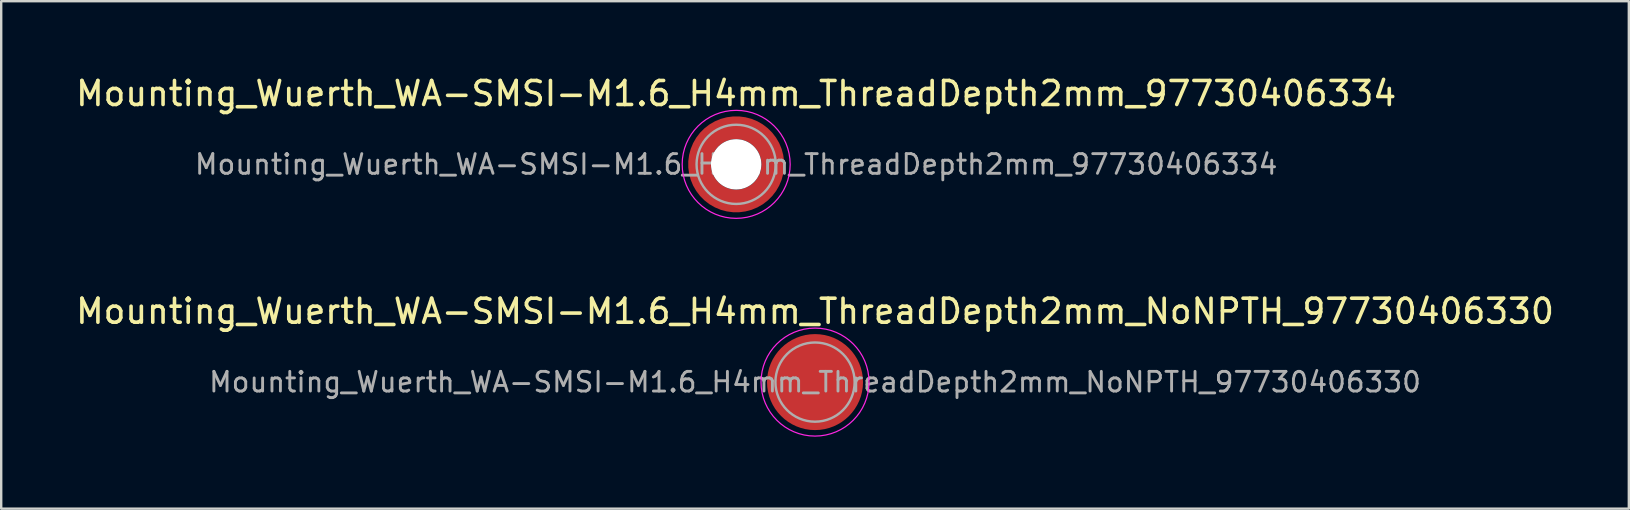
<source format=kicad_pcb>
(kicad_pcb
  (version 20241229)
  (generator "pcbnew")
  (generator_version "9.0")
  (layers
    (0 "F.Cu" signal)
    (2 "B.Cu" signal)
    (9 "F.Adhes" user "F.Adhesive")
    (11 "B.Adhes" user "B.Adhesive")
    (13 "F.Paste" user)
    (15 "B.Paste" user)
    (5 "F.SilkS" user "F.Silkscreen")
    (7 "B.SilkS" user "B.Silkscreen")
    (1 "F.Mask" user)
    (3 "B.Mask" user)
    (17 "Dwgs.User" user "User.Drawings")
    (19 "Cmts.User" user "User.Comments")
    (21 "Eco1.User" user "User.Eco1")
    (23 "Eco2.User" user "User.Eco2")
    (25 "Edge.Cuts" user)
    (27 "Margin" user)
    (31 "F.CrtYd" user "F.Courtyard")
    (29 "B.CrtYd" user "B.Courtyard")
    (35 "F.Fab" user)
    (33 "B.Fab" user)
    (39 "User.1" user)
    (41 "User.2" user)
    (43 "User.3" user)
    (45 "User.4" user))
  (footprint "Mounting_Wuerth_WA-SMSI-M1.6_H4mm_ThreadDepth2mm_97730406334"
    (layer "F.Cu")
    (at 27.625 3.798)
    (property "Reference" "Mounting_Wuerth_WA-SMSI-M1.6_H4mm_ThreadDepth2mm_97730406334" (at 0 -2.95 0) (layer "F.SilkS") (effects (font (size 1 1) (thickness 0.15))))
    (attr smd allow_soldermask_bridges)
    (fp_circle (center 0 0) (end 2.25 0) (stroke (width 0.05) (type solid)) (fill no) (layer "F.CrtYd"))
    (fp_circle (center 0 0) (end 1.65 0) (stroke (width 0.1) (type solid)) (fill no) (layer "F.Fab"))
    (fp_text user "${REFERENCE}" (at 0 0 0) (layer "F.Fab") (effects (font (size 0.82 0.82) (thickness 0.12))))
    (pad "" smd custom (at -1.061 -1.061) (size 0.4 0.4) (layers "F.Paste") (options (anchor circle)) (primitives (gr_arc (start -0.101235 0.76066) (mid 0.212132 0.212132) (end 0.76066 -0.101235) (width 0.2)) (gr_arc (start -0.204251 0.76066) (mid 0.141421 0.141421) (end 0.76066 -0.204251) (width 0.2)) (gr_arc (start -0.306819 0.76066) (mid 0.070711 0.070711) (end 0.76066 -0.306819) (width 0.2)) (gr_arc (start -0.409034 0.76066) (mid 0 0) (end 0.76066 -0.409034) (width 0.2)) (gr_arc (start -0.510963 0.76066) (mid -0.070711 -0.070711) (end 0.76066 -0.510963) (width 0.2)) (gr_arc (start -0.61266 0.76066) (mid -0.141421 -0.141421) (end 0.76066 -0.61266) (width 0.2)) (gr_arc (start -0.714164 0.76066) (mid -0.212132 -0.212132) (end 0.76066 -0.714164) (width 0.2)) (gr_line (start 0.761 -0.101) (end 0.761 -0.714) (width 0.2)) (gr_line (start -0.101 0.761) (end -0.714 0.761) (width 0.2))))
    (pad "" smd custom (at -1.061 1.061) (size 0.4 0.4) (layers "F.Paste") (options (anchor circle)) (primitives (gr_arc (start 0.76066 0.101235) (mid 0.212132 -0.212132) (end -0.101235 -0.76066) (width 0.2)) (gr_arc (start 0.76066 0.204251) (mid 0.141421 -0.141421) (end -0.204251 -0.76066) (width 0.2)) (gr_arc (start 0.76066 0.306819) (mid 0.070711 -0.070711) (end -0.306819 -0.76066) (width 0.2)) (gr_arc (start 0.76066 0.409034) (mid 0 0) (end -0.409034 -0.76066) (width 0.2)) (gr_arc (start 0.76066 0.510963) (mid -0.070711 0.070711) (end -0.510963 -0.76066) (width 0.2)) (gr_arc (start 0.76066 0.61266) (mid -0.141421 0.141421) (end -0.61266 -0.76066) (width 0.2)) (gr_arc (start 0.76066 0.714164) (mid -0.212132 0.212132) (end -0.714164 -0.76066) (width 0.2)) (gr_line (start -0.101 -0.761) (end -0.714 -0.761) (width 0.2)) (gr_line (start 0.761 0.101) (end 0.761 0.714) (width 0.2))))
    (pad "" np_thru_hole circle (at 0 0) (size 2.1 2.1) (drill 2.1) (layers "*.Cu" "*.Mask"))
    (pad "" smd custom (at 1.061 -1.061) (size 0.4 0.4) (layers "F.Paste") (options (anchor circle)) (primitives (gr_arc (start -0.76066 -0.101235) (mid -0.212132 0.212132) (end 0.101235 0.76066) (width 0.2)) (gr_arc (start -0.76066 -0.204251) (mid -0.141421 0.141421) (end 0.204251 0.76066) (width 0.2)) (gr_arc (start -0.76066 -0.306819) (mid -0.070711 0.070711) (end 0.306819 0.76066) (width 0.2)) (gr_arc (start -0.76066 -0.409034) (mid 0 0) (end 0.409034 0.76066) (width 0.2)) (gr_arc (start -0.76066 -0.510963) (mid 0.070711 -0.070711) (end 0.510963 0.76066) (width 0.2)) (gr_arc (start -0.76066 -0.61266) (mid 0.141421 -0.141421) (end 0.61266 0.76066) (width 0.2)) (gr_arc (start -0.76066 -0.714164) (mid 0.212132 -0.212132) (end 0.714164 0.76066) (width 0.2)) (gr_line (start 0.101 0.761) (end 0.714 0.761) (width 0.2)) (gr_line (start -0.761 -0.101) (end -0.761 -0.714) (width 0.2))))
    (pad "" smd custom (at 1.061 1.061) (size 0.4 0.4) (layers "F.Paste") (options (anchor circle)) (primitives (gr_arc (start 0.101235 -0.76066) (mid -0.212132 -0.212132) (end -0.76066 0.101235) (width 0.2)) (gr_arc (start 0.204251 -0.76066) (mid -0.141421 -0.141421) (end -0.76066 0.204251) (width 0.2)) (gr_arc (start 0.306819 -0.76066) (mid -0.070711 -0.070711) (end -0.76066 0.306819) (width 0.2)) (gr_arc (start 0.409034 -0.76066) (mid 0 0) (end -0.76066 0.409034) (width 0.2)) (gr_arc (start 0.510963 -0.76066) (mid 0.070711 0.070711) (end -0.76066 0.510963) (width 0.2)) (gr_arc (start 0.61266 -0.76066) (mid 0.141421 0.141421) (end -0.76066 0.61266) (width 0.2)) (gr_arc (start 0.714164 -0.76066) (mid 0.212132 0.212132) (end -0.76066 0.714164) (width 0.2)) (gr_line (start -0.761 0.101) (end -0.761 0.714) (width 0.2)) (gr_line (start 0.101 -0.761) (end 0.714 -0.761) (width 0.2))))
    (pad "1" smd circle (at -1.525 0) (size 0.442 0.442) (layers "F.Cu"))
    (pad "1" smd circle (at 0 -1.525) (size 0.442 0.442) (layers "F.Cu"))
    (pad "1" smd circle (at 0 1.525) (size 0.442 0.442) (layers "F.Cu"))
    (pad "1" smd custom (at 1.525 0) (size 0.95 0.95) (layers "F.Cu" "F.Mask") (options (anchor circle)) (primitives (gr_circle (center -1.525 0) (end 0 0) (width 0.95) (fill no)))))
  (footprint "Mounting_Wuerth_WA-SMSI-M1.6_H4mm_ThreadDepth2mm_NoNPTH_97730406330"
    (layer "F.Cu")
    (at 30.911 12.871)
    (property "Reference" "Mounting_Wuerth_WA-SMSI-M1.6_H4mm_ThreadDepth2mm_NoNPTH_97730406330" (at 0 -2.95 0) (layer "F.SilkS") (effects (font (size 1 1) (thickness 0.15))))
    (attr smd allow_soldermask_bridges)
    (fp_circle (center 0 0) (end 2.25 0) (stroke (width 0.05) (type solid)) (fill no) (layer "F.CrtYd"))
    (fp_circle (center 0 0) (end 1.65 0) (stroke (width 0.1) (type solid)) (fill no) (layer "F.Fab"))
    (fp_text user "${REFERENCE}" (at 0 0 0) (layer "F.Fab") (effects (font (size 0.82 0.82) (thickness 0.12))))
    (pad "" smd custom (at -0.778 -0.778) (size 0.8 0.8) (layers "F.Paste") (options (anchor circle)) (primitives (gr_arc (start 0.465568 0.527817) (mid 0.494975 0.494975) (end 0.527817 0.465568) (width 0.2)) (gr_arc (start 0.344805 0.527817) (mid 0.424264 0.424264) (end 0.527817 0.344805) (width 0.2)) (gr_arc (start 0.232382 0.527817) (mid 0.353553 0.353553) (end 0.527817 0.232382) (width 0.2)) (gr_arc (start 0.123983 0.527817) (mid 0.282843 0.282843) (end 0.527817 0.123983) (width 0.2)) (gr_arc (start 0.017883 0.527817) (mid 0.212132 0.212132) (end 0.527817 0.017883) (width 0.2)) (gr_arc (start -0.086763 0.527817) (mid 0.141421 0.141421) (end 0.527817 -0.086763) (width 0.2)) (gr_arc (start -0.190428 0.527817) (mid 0.070711 0.070711) (end 0.527817 -0.190428) (width 0.2)) (gr_arc (start -0.293397 0.527817) (mid 0 0) (end 0.527817 -0.293397) (width 0.2)) (gr_arc (start -0.395852 0.527817) (mid -0.070711 -0.070711) (end 0.527817 -0.395852) (width 0.2)) (gr_arc (start -0.497918 0.527817) (mid -0.141421 -0.141421) (end 0.527817 -0.497918) (width 0.2)) (gr_arc (start -0.59968 0.527817) (mid -0.212132 -0.212132) (end 0.527817 -0.59968) (width 0.2)) (gr_arc (start -0.701202 0.527817) (mid -0.282843 -0.282843) (end 0.527817 -0.701202) (width 0.2)) (gr_arc (start -0.802531 0.527817) (mid -0.353553 -0.353553) (end 0.527817 -0.802531) (width 0.2)) (gr_arc (start -0.9037 0.527817) (mid -0.424264 -0.424264) (end 0.527817 -0.9037) (width 0.2)) (gr_arc (start -1.004737 0.527817) (mid -0.494975 -0.494975) (end 0.527817 -1.004737) (width 0.2)) (gr_line (start 0.528 0.466) (end 0.528 -1.005) (width 0.2)) (gr_line (start 0.466 0.528) (end -1.005 0.528) (width 0.2))))
    (pad "" smd custom (at -0.778 0.778) (size 0.8 0.8) (layers "F.Paste") (options (anchor circle)) (primitives (gr_arc (start 0.527817 -0.465568) (mid 0.494975 -0.494975) (end 0.465568 -0.527817) (width 0.2)) (gr_arc (start 0.527817 -0.344805) (mid 0.424264 -0.424264) (end 0.344805 -0.527817) (width 0.2)) (gr_arc (start 0.527817 -0.232382) (mid 0.353553 -0.353553) (end 0.232382 -0.527817) (width 0.2)) (gr_arc (start 0.527817 -0.123983) (mid 0.282843 -0.282843) (end 0.123983 -0.527817) (width 0.2)) (gr_arc (start 0.527817 -0.017883) (mid 0.212132 -0.212132) (end 0.017883 -0.527817) (width 0.2)) (gr_arc (start 0.527817 0.086763) (mid 0.141421 -0.141421) (end -0.086763 -0.527817) (width 0.2)) (gr_arc (start 0.527817 0.190428) (mid 0.070711 -0.070711) (end -0.190428 -0.527817) (width 0.2)) (gr_arc (start 0.527817 0.293397) (mid 0 0) (end -0.293397 -0.527817) (width 0.2)) (gr_arc (start 0.527817 0.395852) (mid -0.070711 0.070711) (end -0.395852 -0.527817) (width 0.2)) (gr_arc (start 0.527817 0.497918) (mid -0.141421 0.141421) (end -0.497918 -0.527817) (width 0.2)) (gr_arc (start 0.527817 0.59968) (mid -0.212132 0.212132) (end -0.59968 -0.527817) (width 0.2)) (gr_arc (start 0.527817 0.701202) (mid -0.282843 0.282843) (end -0.701202 -0.527817) (width 0.2)) (gr_arc (start 0.527817 0.802531) (mid -0.353553 0.353553) (end -0.802531 -0.527817) (width 0.2)) (gr_arc (start 0.527817 0.9037) (mid -0.424264 0.424264) (end -0.9037 -0.527817) (width 0.2)) (gr_arc (start 0.527817 1.004737) (mid -0.494975 0.494975) (end -1.004737 -0.527817) (width 0.2)) (gr_line (start 0.466 -0.528) (end -1.005 -0.528) (width 0.2)) (gr_line (start 0.528 -0.466) (end 0.528 1.005) (width 0.2))))
    (pad "" smd custom (at 0.778 -0.778) (size 0.8 0.8) (layers "F.Paste") (options (anchor circle)) (primitives (gr_arc (start -0.527817 0.465568) (mid -0.494975 0.494975) (end -0.465568 0.527817) (width 0.2)) (gr_arc (start -0.527817 0.344805) (mid -0.424264 0.424264) (end -0.344805 0.527817) (width 0.2)) (gr_arc (start -0.527817 0.232382) (mid -0.353553 0.353553) (end -0.232382 0.527817) (width 0.2)) (gr_arc (start -0.527817 0.123983) (mid -0.282843 0.282843) (end -0.123983 0.527817) (width 0.2)) (gr_arc (start -0.527817 0.017883) (mid -0.212132 0.212132) (end -0.017883 0.527817) (width 0.2)) (gr_arc (start -0.527817 -0.086763) (mid -0.141421 0.141421) (end 0.086763 0.527817) (width 0.2)) (gr_arc (start -0.527817 -0.190428) (mid -0.070711 0.070711) (end 0.190428 0.527817) (width 0.2)) (gr_arc (start -0.527817 -0.293397) (mid 0 0) (end 0.293397 0.527817) (width 0.2)) (gr_arc (start -0.527817 -0.395852) (mid 0.070711 -0.070711) (end 0.395852 0.527817) (width 0.2)) (gr_arc (start -0.527817 -0.497918) (mid 0.141421 -0.141421) (end 0.497918 0.527817) (width 0.2)) (gr_arc (start -0.527817 -0.59968) (mid 0.212132 -0.212132) (end 0.59968 0.527817) (width 0.2)) (gr_arc (start -0.527817 -0.701202) (mid 0.282843 -0.282843) (end 0.701202 0.527817) (width 0.2)) (gr_arc (start -0.527817 -0.802531) (mid 0.353553 -0.353553) (end 0.802531 0.527817) (width 0.2)) (gr_arc (start -0.527817 -0.9037) (mid 0.424264 -0.424264) (end 0.9037 0.527817) (width 0.2)) (gr_arc (start -0.527817 -1.004737) (mid 0.494975 -0.494975) (end 1.004737 0.527817) (width 0.2)) (gr_line (start -0.466 0.528) (end 1.005 0.528) (width 0.2)) (gr_line (start -0.528 0.466) (end -0.528 -1.005) (width 0.2))))
    (pad "" smd custom (at 0.778 0.778) (size 0.8 0.8) (layers "F.Paste") (options (anchor circle)) (primitives (gr_arc (start -0.465568 -0.527817) (mid -0.494975 -0.494975) (end -0.527817 -0.465568) (width 0.2)) (gr_arc (start -0.344805 -0.527817) (mid -0.424264 -0.424264) (end -0.527817 -0.344805) (width 0.2)) (gr_arc (start -0.232382 -0.527817) (mid -0.353553 -0.353553) (end -0.527817 -0.232382) (width 0.2)) (gr_arc (start -0.123983 -0.527817) (mid -0.282843 -0.282843) (end -0.527817 -0.123983) (width 0.2)) (gr_arc (start -0.017883 -0.527817) (mid -0.212132 -0.212132) (end -0.527817 -0.017883) (width 0.2)) (gr_arc (start 0.086763 -0.527817) (mid -0.141421 -0.141421) (end -0.527817 0.086763) (width 0.2)) (gr_arc (start 0.190428 -0.527817) (mid -0.070711 -0.070711) (end -0.527817 0.190428) (width 0.2)) (gr_arc (start 0.293397 -0.527817) (mid 0 0) (end -0.527817 0.293397) (width 0.2)) (gr_arc (start 0.395852 -0.527817) (mid 0.070711 0.070711) (end -0.527817 0.395852) (width 0.2)) (gr_arc (start 0.497918 -0.527817) (mid 0.141421 0.141421) (end -0.527817 0.497918) (width 0.2)) (gr_arc (start 0.59968 -0.527817) (mid 0.212132 0.212132) (end -0.527817 0.59968) (width 0.2)) (gr_arc (start 0.701202 -0.527817) (mid 0.282843 0.282843) (end -0.527817 0.701202) (width 0.2)) (gr_arc (start 0.802531 -0.527817) (mid 0.353553 0.353553) (end -0.527817 0.802531) (width 0.2)) (gr_arc (start 0.9037 -0.527817) (mid 0.424264 0.424264) (end -0.527817 0.9037) (width 0.2)) (gr_arc (start 1.004737 -0.527817) (mid 0.494975 0.494975) (end -0.527817 1.004737) (width 0.2)) (gr_line (start -0.528 -0.466) (end -0.528 1.005) (width 0.2)) (gr_line (start -0.466 -0.528) (end 1.005 -0.528) (width 0.2))))
    (pad "1" smd circle (at 0 0) (size 4 4) (layers "F.Cu" "F.Mask")))
  (gr_rect
    (start -3 -3)
    (end 64.821 18.146)
    (stroke (width 0.1) (type default))
    (fill no)
    (layer "Edge.Cuts")))
</source>
